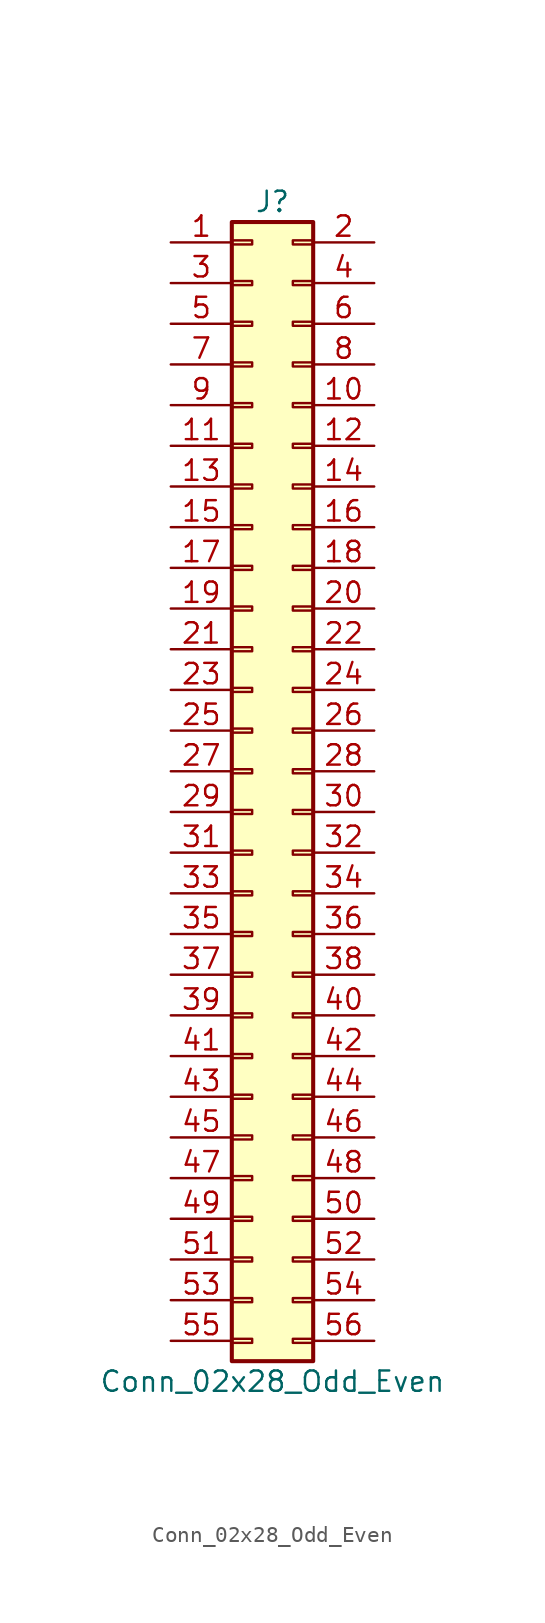
<source format=kicad_sym>
(kicad_symbol_lib
  (version 20211014)
  (generator kicad_symbol_editor)
  (symbol "Conn_02x28_Odd_Even"
    (pin_names
      (offset 1.016) hide)
    (property "Reference" "J"
      (at 1.27 35.56 0)
      (effects (font (size 1.27 1.27))))
    (property "Value" "Conn_02x28_Odd_Even"
      (at 1.27 -38.1 0)
      (effects (font (size 1.27 1.27))))
    (symbol "Conn_02x28_Odd_Even_1_1"
      (rectangle (start -1.27 -35.433) (end 0 -35.687) (stroke (width 0.152) (type default) (color 0 0 0 0)) (fill (type none)))
      (rectangle (start -1.27 -32.893) (end 0 -33.147) (stroke (width 0.152) (type default) (color 0 0 0 0)) (fill (type none)))
      (rectangle (start -1.27 -30.353) (end 0 -30.607) (stroke (width 0.152) (type default) (color 0 0 0 0)) (fill (type none)))
      (rectangle (start -1.27 -27.813) (end 0 -28.067) (stroke (width 0.152) (type default) (color 0 0 0 0)) (fill (type none)))
      (rectangle (start -1.27 -25.273) (end 0 -25.527) (stroke (width 0.152) (type default) (color 0 0 0 0)) (fill (type none)))
      (rectangle (start -1.27 -22.733) (end 0 -22.987) (stroke (width 0.152) (type default) (color 0 0 0 0)) (fill (type none)))
      (rectangle (start -1.27 -20.193) (end 0 -20.447) (stroke (width 0.152) (type default) (color 0 0 0 0)) (fill (type none)))
      (rectangle (start -1.27 -17.653) (end 0 -17.907) (stroke (width 0.152) (type default) (color 0 0 0 0)) (fill (type none)))
      (rectangle (start -1.27 -15.113) (end 0 -15.367) (stroke (width 0.152) (type default) (color 0 0 0 0)) (fill (type none)))
      (rectangle (start -1.27 -12.573) (end 0 -12.827) (stroke (width 0.152) (type default) (color 0 0 0 0)) (fill (type none)))
      (rectangle (start -1.27 -10.033) (end 0 -10.287) (stroke (width 0.152) (type default) (color 0 0 0 0)) (fill (type none)))
      (rectangle (start -1.27 -7.493) (end 0 -7.747) (stroke (width 0.152) (type default) (color 0 0 0 0)) (fill (type none)))
      (rectangle (start -1.27 -4.953) (end 0 -5.207) (stroke (width 0.152) (type default) (color 0 0 0 0)) (fill (type none)))
      (rectangle (start -1.27 -2.413) (end 0 -2.667) (stroke (width 0.152) (type default) (color 0 0 0 0)) (fill (type none)))
      (rectangle (start -1.27 0.127) (end 0 -0.127) (stroke (width 0.152) (type default) (color 0 0 0 0)) (fill (type none)))
      (rectangle (start -1.27 2.667) (end 0 2.413) (stroke (width 0.152) (type default) (color 0 0 0 0)) (fill (type none)))
      (rectangle (start -1.27 5.207) (end 0 4.953) (stroke (width 0.152) (type default) (color 0 0 0 0)) (fill (type none)))
      (rectangle (start -1.27 7.747) (end 0 7.493) (stroke (width 0.152) (type default) (color 0 0 0 0)) (fill (type none)))
      (rectangle (start -1.27 10.287) (end 0 10.033) (stroke (width 0.152) (type default) (color 0 0 0 0)) (fill (type none)))
      (rectangle (start -1.27 12.827) (end 0 12.573) (stroke (width 0.152) (type default) (color 0 0 0 0)) (fill (type none)))
      (rectangle (start -1.27 15.367) (end 0 15.113) (stroke (width 0.152) (type default) (color 0 0 0 0)) (fill (type none)))
      (rectangle (start -1.27 17.907) (end 0 17.653) (stroke (width 0.152) (type default) (color 0 0 0 0)) (fill (type none)))
      (rectangle (start -1.27 20.447) (end 0 20.193) (stroke (width 0.152) (type default) (color 0 0 0 0)) (fill (type none)))
      (rectangle (start -1.27 22.987) (end 0 22.733) (stroke (width 0.152) (type default) (color 0 0 0 0)) (fill (type none)))
      (rectangle (start -1.27 25.527) (end 0 25.273) (stroke (width 0.152) (type default) (color 0 0 0 0)) (fill (type none)))
      (rectangle (start -1.27 28.067) (end 0 27.813) (stroke (width 0.152) (type default) (color 0 0 0 0)) (fill (type none)))
      (rectangle (start -1.27 30.607) (end 0 30.353) (stroke (width 0.152) (type default) (color 0 0 0 0)) (fill (type none)))
      (rectangle (start -1.27 33.147) (end 0 32.893) (stroke (width 0.152) (type default) (color 0 0 0 0)) (fill (type none)))
      (rectangle (start -1.27 34.29) (end 3.81 -36.83) (stroke (width 0.254) (type default) (color 0 0 0 0)) (fill (type background)))
      (rectangle (start 3.81 -35.433) (end 2.54 -35.687) (stroke (width 0.152) (type default) (color 0 0 0 0)) (fill (type none)))
      (rectangle (start 3.81 -32.893) (end 2.54 -33.147) (stroke (width 0.152) (type default) (color 0 0 0 0)) (fill (type none)))
      (rectangle (start 3.81 -30.353) (end 2.54 -30.607) (stroke (width 0.152) (type default) (color 0 0 0 0)) (fill (type none)))
      (rectangle (start 3.81 -27.813) (end 2.54 -28.067) (stroke (width 0.152) (type default) (color 0 0 0 0)) (fill (type none)))
      (rectangle (start 3.81 -25.273) (end 2.54 -25.527) (stroke (width 0.152) (type default) (color 0 0 0 0)) (fill (type none)))
      (rectangle (start 3.81 -22.733) (end 2.54 -22.987) (stroke (width 0.152) (type default) (color 0 0 0 0)) (fill (type none)))
      (rectangle (start 3.81 -20.193) (end 2.54 -20.447) (stroke (width 0.152) (type default) (color 0 0 0 0)) (fill (type none)))
      (rectangle (start 3.81 -17.653) (end 2.54 -17.907) (stroke (width 0.152) (type default) (color 0 0 0 0)) (fill (type none)))
      (rectangle (start 3.81 -15.113) (end 2.54 -15.367) (stroke (width 0.152) (type default) (color 0 0 0 0)) (fill (type none)))
      (rectangle (start 3.81 -12.573) (end 2.54 -12.827) (stroke (width 0.152) (type default) (color 0 0 0 0)) (fill (type none)))
      (rectangle (start 3.81 -10.033) (end 2.54 -10.287) (stroke (width 0.152) (type default) (color 0 0 0 0)) (fill (type none)))
      (rectangle (start 3.81 -7.493) (end 2.54 -7.747) (stroke (width 0.152) (type default) (color 0 0 0 0)) (fill (type none)))
      (rectangle (start 3.81 -4.953) (end 2.54 -5.207) (stroke (width 0.152) (type default) (color 0 0 0 0)) (fill (type none)))
      (rectangle (start 3.81 -2.413) (end 2.54 -2.667) (stroke (width 0.152) (type default) (color 0 0 0 0)) (fill (type none)))
      (rectangle (start 3.81 0.127) (end 2.54 -0.127) (stroke (width 0.152) (type default) (color 0 0 0 0)) (fill (type none)))
      (rectangle (start 3.81 2.667) (end 2.54 2.413) (stroke (width 0.152) (type default) (color 0 0 0 0)) (fill (type none)))
      (rectangle (start 3.81 5.207) (end 2.54 4.953) (stroke (width 0.152) (type default) (color 0 0 0 0)) (fill (type none)))
      (rectangle (start 3.81 7.747) (end 2.54 7.493) (stroke (width 0.152) (type default) (color 0 0 0 0)) (fill (type none)))
      (rectangle (start 3.81 10.287) (end 2.54 10.033) (stroke (width 0.152) (type default) (color 0 0 0 0)) (fill (type none)))
      (rectangle (start 3.81 12.827) (end 2.54 12.573) (stroke (width 0.152) (type default) (color 0 0 0 0)) (fill (type none)))
      (rectangle (start 3.81 15.367) (end 2.54 15.113) (stroke (width 0.152) (type default) (color 0 0 0 0)) (fill (type none)))
      (rectangle (start 3.81 17.907) (end 2.54 17.653) (stroke (width 0.152) (type default) (color 0 0 0 0)) (fill (type none)))
      (rectangle (start 3.81 20.447) (end 2.54 20.193) (stroke (width 0.152) (type default) (color 0 0 0 0)) (fill (type none)))
      (rectangle (start 3.81 22.987) (end 2.54 22.733) (stroke (width 0.152) (type default) (color 0 0 0 0)) (fill (type none)))
      (rectangle (start 3.81 25.527) (end 2.54 25.273) (stroke (width 0.152) (type default) (color 0 0 0 0)) (fill (type none)))
      (rectangle (start 3.81 28.067) (end 2.54 27.813) (stroke (width 0.152) (type default) (color 0 0 0 0)) (fill (type none)))
      (rectangle (start 3.81 30.607) (end 2.54 30.353) (stroke (width 0.152) (type default) (color 0 0 0 0)) (fill (type none)))
      (rectangle (start 3.81 33.147) (end 2.54 32.893) (stroke (width 0.152) (type default) (color 0 0 0 0)) (fill (type none)))
      (pin passive line (at -5.08 33.02 0) (length 3.81) (name "Pin_1" (effects (font (size 1.27 1.27)))) (number "1" (effects (font (size 1.27 1.27)))))
      (pin passive line (at 7.62 22.86 180) (length 3.81) (name "Pin_10" (effects (font (size 1.27 1.27)))) (number "10" (effects (font (size 1.27 1.27)))))
      (pin passive line (at -5.08 20.32 0) (length 3.81) (name "Pin_11" (effects (font (size 1.27 1.27)))) (number "11" (effects (font (size 1.27 1.27)))))
      (pin passive line (at 7.62 20.32 180) (length 3.81) (name "Pin_12" (effects (font (size 1.27 1.27)))) (number "12" (effects (font (size 1.27 1.27)))))
      (pin passive line (at -5.08 17.78 0) (length 3.81) (name "Pin_13" (effects (font (size 1.27 1.27)))) (number "13" (effects (font (size 1.27 1.27)))))
      (pin passive line (at 7.62 17.78 180) (length 3.81) (name "Pin_14" (effects (font (size 1.27 1.27)))) (number "14" (effects (font (size 1.27 1.27)))))
      (pin passive line (at -5.08 15.24 0) (length 3.81) (name "Pin_15" (effects (font (size 1.27 1.27)))) (number "15" (effects (font (size 1.27 1.27)))))
      (pin passive line (at 7.62 15.24 180) (length 3.81) (name "Pin_16" (effects (font (size 1.27 1.27)))) (number "16" (effects (font (size 1.27 1.27)))))
      (pin passive line (at -5.08 12.7 0) (length 3.81) (name "Pin_17" (effects (font (size 1.27 1.27)))) (number "17" (effects (font (size 1.27 1.27)))))
      (pin passive line (at 7.62 12.7 180) (length 3.81) (name "Pin_18" (effects (font (size 1.27 1.27)))) (number "18" (effects (font (size 1.27 1.27)))))
      (pin passive line (at -5.08 10.16 0) (length 3.81) (name "Pin_19" (effects (font (size 1.27 1.27)))) (number "19" (effects (font (size 1.27 1.27)))))
      (pin passive line (at 7.62 33.02 180) (length 3.81) (name "Pin_2" (effects (font (size 1.27 1.27)))) (number "2" (effects (font (size 1.27 1.27)))))
      (pin passive line (at 7.62 10.16 180) (length 3.81) (name "Pin_20" (effects (font (size 1.27 1.27)))) (number "20" (effects (font (size 1.27 1.27)))))
      (pin passive line (at -5.08 7.62 0) (length 3.81) (name "Pin_21" (effects (font (size 1.27 1.27)))) (number "21" (effects (font (size 1.27 1.27)))))
      (pin passive line (at 7.62 7.62 180) (length 3.81) (name "Pin_22" (effects (font (size 1.27 1.27)))) (number "22" (effects (font (size 1.27 1.27)))))
      (pin passive line (at -5.08 5.08 0) (length 3.81) (name "Pin_23" (effects (font (size 1.27 1.27)))) (number "23" (effects (font (size 1.27 1.27)))))
      (pin passive line (at 7.62 5.08 180) (length 3.81) (name "Pin_24" (effects (font (size 1.27 1.27)))) (number "24" (effects (font (size 1.27 1.27)))))
      (pin passive line (at -5.08 2.54 0) (length 3.81) (name "Pin_25" (effects (font (size 1.27 1.27)))) (number "25" (effects (font (size 1.27 1.27)))))
      (pin passive line (at 7.62 2.54 180) (length 3.81) (name "Pin_26" (effects (font (size 1.27 1.27)))) (number "26" (effects (font (size 1.27 1.27)))))
      (pin passive line (at -5.08 0 0) (length 3.81) (name "Pin_27" (effects (font (size 1.27 1.27)))) (number "27" (effects (font (size 1.27 1.27)))))
      (pin passive line (at 7.62 0 180) (length 3.81) (name "Pin_28" (effects (font (size 1.27 1.27)))) (number "28" (effects (font (size 1.27 1.27)))))
      (pin passive line (at -5.08 -2.54 0) (length 3.81) (name "Pin_29" (effects (font (size 1.27 1.27)))) (number "29" (effects (font (size 1.27 1.27)))))
      (pin passive line (at -5.08 30.48 0) (length 3.81) (name "Pin_3" (effects (font (size 1.27 1.27)))) (number "3" (effects (font (size 1.27 1.27)))))
      (pin passive line (at 7.62 -2.54 180) (length 3.81) (name "Pin_30" (effects (font (size 1.27 1.27)))) (number "30" (effects (font (size 1.27 1.27)))))
      (pin passive line (at -5.08 -5.08 0) (length 3.81) (name "Pin_31" (effects (font (size 1.27 1.27)))) (number "31" (effects (font (size 1.27 1.27)))))
      (pin passive line (at 7.62 -5.08 180) (length 3.81) (name "Pin_32" (effects (font (size 1.27 1.27)))) (number "32" (effects (font (size 1.27 1.27)))))
      (pin passive line (at -5.08 -7.62 0) (length 3.81) (name "Pin_33" (effects (font (size 1.27 1.27)))) (number "33" (effects (font (size 1.27 1.27)))))
      (pin passive line (at 7.62 -7.62 180) (length 3.81) (name "Pin_34" (effects (font (size 1.27 1.27)))) (number "34" (effects (font (size 1.27 1.27)))))
      (pin passive line (at -5.08 -10.16 0) (length 3.81) (name "Pin_35" (effects (font (size 1.27 1.27)))) (number "35" (effects (font (size 1.27 1.27)))))
      (pin passive line (at 7.62 -10.16 180) (length 3.81) (name "Pin_36" (effects (font (size 1.27 1.27)))) (number "36" (effects (font (size 1.27 1.27)))))
      (pin passive line (at -5.08 -12.7 0) (length 3.81) (name "Pin_37" (effects (font (size 1.27 1.27)))) (number "37" (effects (font (size 1.27 1.27)))))
      (pin passive line (at 7.62 -12.7 180) (length 3.81) (name "Pin_38" (effects (font (size 1.27 1.27)))) (number "38" (effects (font (size 1.27 1.27)))))
      (pin passive line (at -5.08 -15.24 0) (length 3.81) (name "Pin_39" (effects (font (size 1.27 1.27)))) (number "39" (effects (font (size 1.27 1.27)))))
      (pin passive line (at 7.62 30.48 180) (length 3.81) (name "Pin_4" (effects (font (size 1.27 1.27)))) (number "4" (effects (font (size 1.27 1.27)))))
      (pin passive line (at 7.62 -15.24 180) (length 3.81) (name "Pin_40" (effects (font (size 1.27 1.27)))) (number "40" (effects (font (size 1.27 1.27)))))
      (pin passive line (at -5.08 -17.78 0) (length 3.81) (name "Pin_41" (effects (font (size 1.27 1.27)))) (number "41" (effects (font (size 1.27 1.27)))))
      (pin passive line (at 7.62 -17.78 180) (length 3.81) (name "Pin_42" (effects (font (size 1.27 1.27)))) (number "42" (effects (font (size 1.27 1.27)))))
      (pin passive line (at -5.08 -20.32 0) (length 3.81) (name "Pin_43" (effects (font (size 1.27 1.27)))) (number "43" (effects (font (size 1.27 1.27)))))
      (pin passive line (at 7.62 -20.32 180) (length 3.81) (name "Pin_44" (effects (font (size 1.27 1.27)))) (number "44" (effects (font (size 1.27 1.27)))))
      (pin passive line (at -5.08 -22.86 0) (length 3.81) (name "Pin_45" (effects (font (size 1.27 1.27)))) (number "45" (effects (font (size 1.27 1.27)))))
      (pin passive line (at 7.62 -22.86 180) (length 3.81) (name "Pin_46" (effects (font (size 1.27 1.27)))) (number "46" (effects (font (size 1.27 1.27)))))
      (pin passive line (at -5.08 -25.4 0) (length 3.81) (name "Pin_47" (effects (font (size 1.27 1.27)))) (number "47" (effects (font (size 1.27 1.27)))))
      (pin passive line (at 7.62 -25.4 180) (length 3.81) (name "Pin_48" (effects (font (size 1.27 1.27)))) (number "48" (effects (font (size 1.27 1.27)))))
      (pin passive line (at -5.08 -27.94 0) (length 3.81) (name "Pin_49" (effects (font (size 1.27 1.27)))) (number "49" (effects (font (size 1.27 1.27)))))
      (pin passive line (at -5.08 27.94 0) (length 3.81) (name "Pin_5" (effects (font (size 1.27 1.27)))) (number "5" (effects (font (size 1.27 1.27)))))
      (pin passive line (at 7.62 -27.94 180) (length 3.81) (name "Pin_50" (effects (font (size 1.27 1.27)))) (number "50" (effects (font (size 1.27 1.27)))))
      (pin passive line (at -5.08 -30.48 0) (length 3.81) (name "Pin_51" (effects (font (size 1.27 1.27)))) (number "51" (effects (font (size 1.27 1.27)))))
      (pin passive line (at 7.62 -30.48 180) (length 3.81) (name "Pin_52" (effects (font (size 1.27 1.27)))) (number "52" (effects (font (size 1.27 1.27)))))
      (pin passive line (at -5.08 -33.02 0) (length 3.81) (name "Pin_53" (effects (font (size 1.27 1.27)))) (number "53" (effects (font (size 1.27 1.27)))))
      (pin passive line (at 7.62 -33.02 180) (length 3.81) (name "Pin_54" (effects (font (size 1.27 1.27)))) (number "54" (effects (font (size 1.27 1.27)))))
      (pin passive line (at -5.08 -35.56 0) (length 3.81) (name "Pin_55" (effects (font (size 1.27 1.27)))) (number "55" (effects (font (size 1.27 1.27)))))
      (pin passive line (at 7.62 -35.56 180) (length 3.81) (name "Pin_56" (effects (font (size 1.27 1.27)))) (number "56" (effects (font (size 1.27 1.27)))))
      (pin passive line (at 7.62 27.94 180) (length 3.81) (name "Pin_6" (effects (font (size 1.27 1.27)))) (number "6" (effects (font (size 1.27 1.27)))))
      (pin passive line (at -5.08 25.4 0) (length 3.81) (name "Pin_7" (effects (font (size 1.27 1.27)))) (number "7" (effects (font (size 1.27 1.27)))))
      (pin passive line (at 7.62 25.4 180) (length 3.81) (name "Pin_8" (effects (font (size 1.27 1.27)))) (number "8" (effects (font (size 1.27 1.27)))))
      (pin passive line (at -5.08 22.86 0) (length 3.81) (name "Pin_9" (effects (font (size 1.27 1.27)))) (number "9" (effects (font (size 1.27 1.27))))))))
</source>
